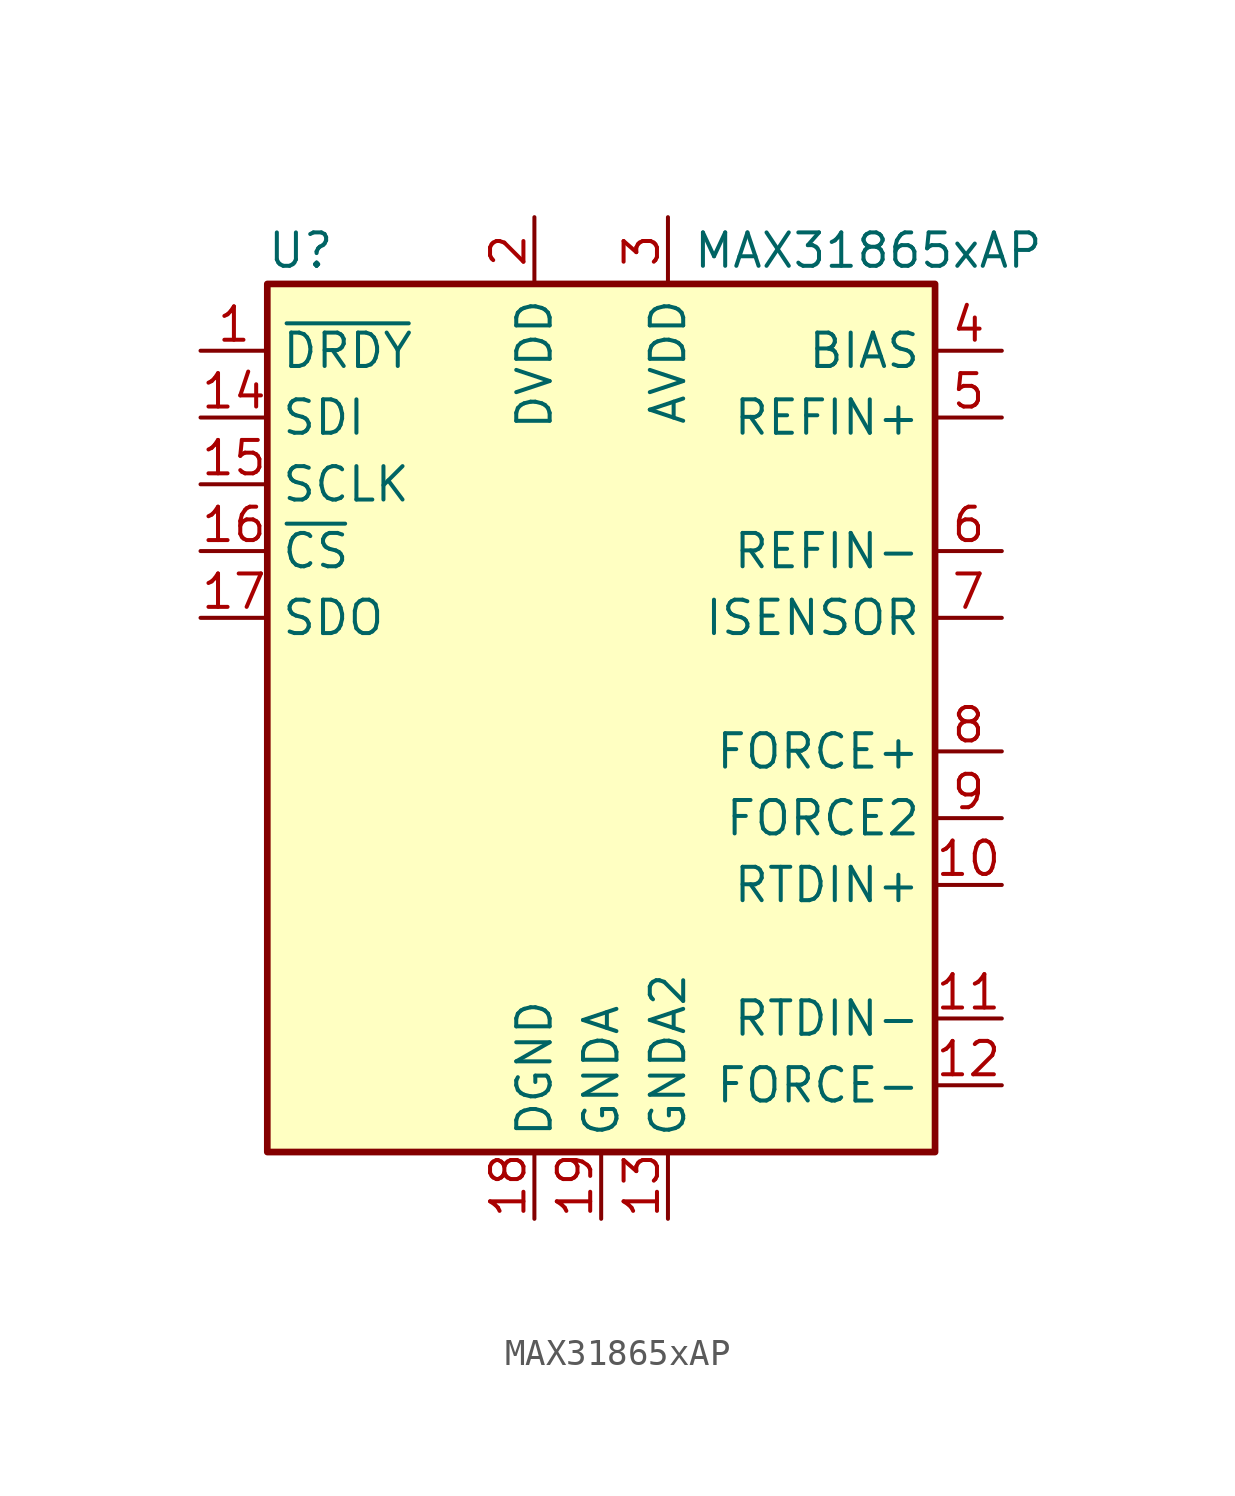
<source format=kicad_sym>
(kicad_symbol_lib
  (version 20220914)
  (generator kicad_symbol_editor)
  (symbol "MAX31865xAP"
    (property "Reference" "U"
      (at -11.43 19.05 0)
      (effects (font (size 1.27 1.27))))
    (property "Value" "MAX31865xAP"
      (at 10.16 19.05 0)
      (effects (font (size 1.27 1.27))))
    (symbol "MAX31865xAP_0_1"
      (rectangle (start -12.7 17.78) (end 12.7 -15.24) (stroke (width 0.254) (type solid)) (fill (type background))))
    (symbol "MAX31865xAP_1_1"
      (pin output line (at -15.24 15.24 0) (length 2.54) (name "~{DRDY}" (effects (font (size 1.27 1.27)))) (number "1" (effects (font (size 1.27 1.27)))))
      (pin input line (at 15.24 -5.08 180) (length 2.54) (name "RTDIN+" (effects (font (size 1.27 1.27)))) (number "10" (effects (font (size 1.27 1.27)))))
      (pin input line (at 15.24 -10.16 180) (length 2.54) (name "RTDIN-" (effects (font (size 1.27 1.27)))) (number "11" (effects (font (size 1.27 1.27)))))
      (pin power_out line (at 15.24 -12.7 180) (length 2.54) (name "FORCE-" (effects (font (size 1.27 1.27)))) (number "12" (effects (font (size 1.27 1.27)))))
      (pin power_in line (at 2.54 -17.78 90) (length 2.54) (name "GNDA2" (effects (font (size 1.27 1.27)))) (number "13" (effects (font (size 1.27 1.27)))))
      (pin input line (at -15.24 12.7 0) (length 2.54) (name "SDI" (effects (font (size 1.27 1.27)))) (number "14" (effects (font (size 1.27 1.27)))))
      (pin input line (at -15.24 10.16 0) (length 2.54) (name "SCLK" (effects (font (size 1.27 1.27)))) (number "15" (effects (font (size 1.27 1.27)))))
      (pin input line (at -15.24 7.62 0) (length 2.54) (name "~{CS}" (effects (font (size 1.27 1.27)))) (number "16" (effects (font (size 1.27 1.27)))))
      (pin tri_state line (at -15.24 5.08 0) (length 2.54) (name "SDO" (effects (font (size 1.27 1.27)))) (number "17" (effects (font (size 1.27 1.27)))))
      (pin power_in line (at -2.54 -17.78 90) (length 2.54) (name "DGND" (effects (font (size 1.27 1.27)))) (number "18" (effects (font (size 1.27 1.27)))))
      (pin passive line (at 2.54 -17.78 90) (length 2.54) hide (name "GND" (effects (font (size 1.27 1.27)))) (number "19" (effects (font (size 1.27 1.27)))))
      (pin power_in line (at 0 -17.78 90) (length 2.54) (name "GNDA" (effects (font (size 1.27 1.27)))) (number "19" (effects (font (size 1.27 1.27)))))
      (pin power_in line (at -2.54 20.32 270) (length 2.54) (name "DVDD" (effects (font (size 1.27 1.27)))) (number "2" (effects (font (size 1.27 1.27)))))
      (pin no_connect line (at -12.7 -2.54 0) (length 2.54) hide (name "NC" (effects (font (size 1.27 1.27)))) (number "20" (effects (font (size 1.27 1.27)))))
      (pin power_in line (at 2.54 20.32 270) (length 2.54) (name "AVDD" (effects (font (size 1.27 1.27)))) (number "3" (effects (font (size 1.27 1.27)))))
      (pin power_out line (at 15.24 15.24 180) (length 2.54) (name "BIAS" (effects (font (size 1.27 1.27)))) (number "4" (effects (font (size 1.27 1.27)))))
      (pin input line (at 15.24 12.7 180) (length 2.54) (name "REFIN+" (effects (font (size 1.27 1.27)))) (number "5" (effects (font (size 1.27 1.27)))))
      (pin input line (at 15.24 7.62 180) (length 2.54) (name "REFIN-" (effects (font (size 1.27 1.27)))) (number "6" (effects (font (size 1.27 1.27)))))
      (pin passive line (at 15.24 5.08 180) (length 2.54) (name "ISENSOR" (effects (font (size 1.27 1.27)))) (number "7" (effects (font (size 1.27 1.27)))))
      (pin passive line (at 15.24 0 180) (length 2.54) (name "FORCE+" (effects (font (size 1.27 1.27)))) (number "8" (effects (font (size 1.27 1.27)))))
      (pin input line (at 15.24 -2.54 180) (length 2.54) (name "FORCE2" (effects (font (size 1.27 1.27)))) (number "9" (effects (font (size 1.27 1.27))))))))
</source>
